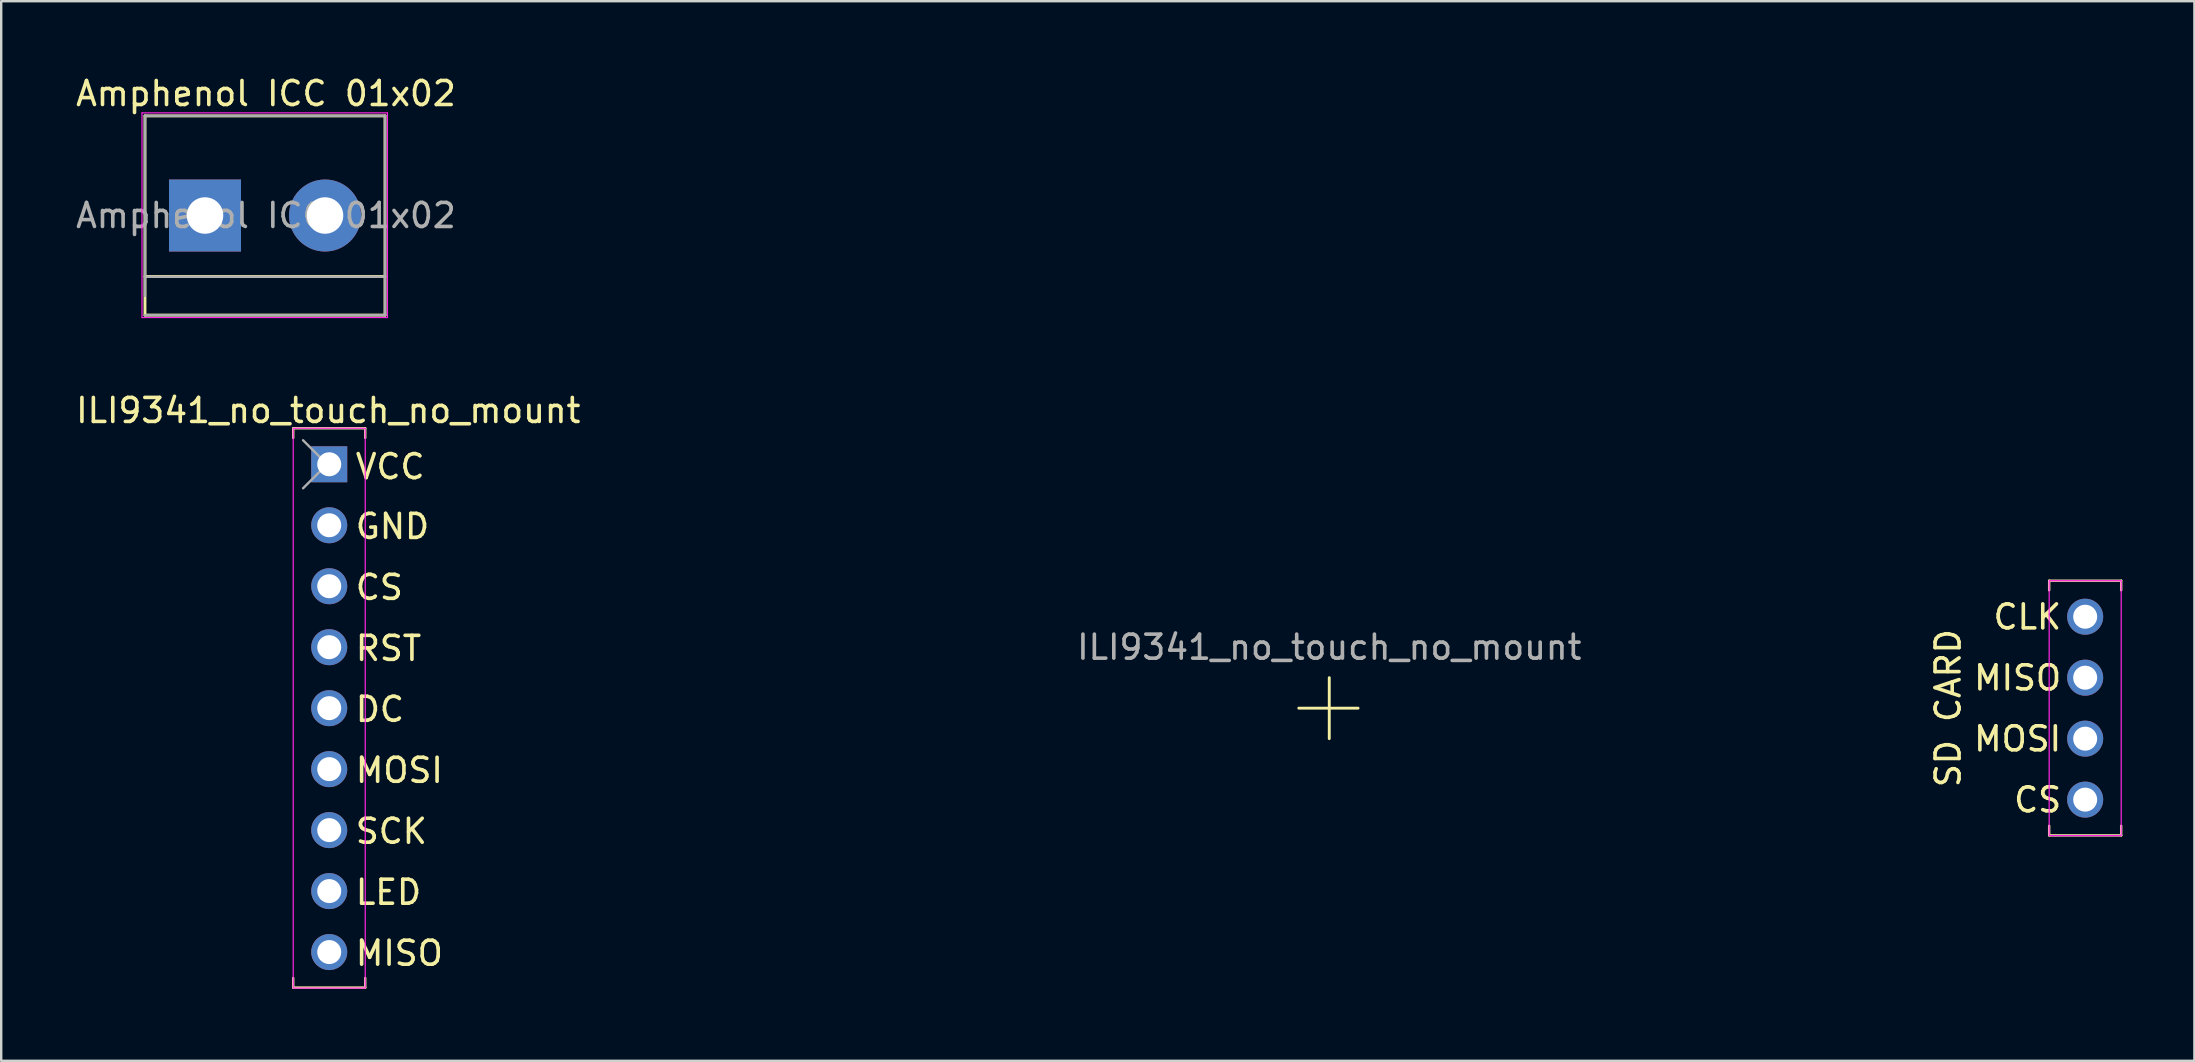
<source format=kicad_pcb>
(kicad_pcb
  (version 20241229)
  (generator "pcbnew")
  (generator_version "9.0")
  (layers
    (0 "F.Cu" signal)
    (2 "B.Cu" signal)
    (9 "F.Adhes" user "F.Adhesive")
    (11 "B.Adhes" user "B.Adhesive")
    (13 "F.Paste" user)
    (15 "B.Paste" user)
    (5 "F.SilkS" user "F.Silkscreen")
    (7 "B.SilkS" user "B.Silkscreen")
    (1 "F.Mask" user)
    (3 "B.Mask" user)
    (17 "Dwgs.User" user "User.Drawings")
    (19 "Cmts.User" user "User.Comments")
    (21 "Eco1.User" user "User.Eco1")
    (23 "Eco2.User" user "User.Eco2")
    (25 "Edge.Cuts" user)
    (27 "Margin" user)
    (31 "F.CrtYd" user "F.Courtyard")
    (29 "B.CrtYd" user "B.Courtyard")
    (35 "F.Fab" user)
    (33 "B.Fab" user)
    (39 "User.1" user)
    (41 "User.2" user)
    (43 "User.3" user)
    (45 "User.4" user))
  (footprint "Amphenol ICC 01x02"
    (layer "F.Cu")
    (at 5.49 5.928)
    (property "Reference" "Amphenol ICC 01x02" (at 2.54 -5.08 0) (layer "F.SilkS") (effects (font (size 1 1) (thickness 0.15))))
    (attr through_hole)
    (fp_line (start -2.5 -4.15) (end -2.5 4.15) (stroke (width 0.12) (type solid)) (layer "F.SilkS"))
    (fp_line (start -2.5 4.15) (end 7.5 4.15) (stroke (width 0.12) (type solid)) (layer "F.SilkS"))
    (fp_line (start 7.5 -4.15) (end -2.5 -4.15) (stroke (width 0.12) (type solid)) (layer "F.SilkS"))
    (fp_line (start 7.5 2.54) (end -2.5 2.54) (stroke (width 0.12) (type solid)) (layer "F.SilkS"))
    (fp_line (start 7.5 4.15) (end 7.5 -4.15) (stroke (width 0.12) (type solid)) (layer "F.SilkS"))
    (fp_line (start -2.625 -4.275) (end -2.625 4.25) (stroke (width 0.05) (type solid)) (layer "F.CrtYd"))
    (fp_line (start -2.625 -4.275) (end 7.6 -4.275) (stroke (width 0.05) (type solid)) (layer "F.CrtYd"))
    (fp_line (start 7.6 4.25) (end -2.625 4.25) (stroke (width 0.05) (type solid)) (layer "F.CrtYd"))
    (fp_line (start 7.6 4.25) (end 7.6 -4.275) (stroke (width 0.05) (type solid)) (layer "F.CrtYd"))
    (fp_line (start -2.5 -4.15) (end -2.5 3.35) (stroke (width 0.1) (type solid)) (layer "F.Fab"))
    (fp_line (start -2.5 4.15) (end 7.5 4.15) (stroke (width 0.1) (type solid)) (layer "F.Fab"))
    (fp_line (start -2.41 2.55) (end 7.49 2.55) (stroke (width 0.1) (type solid)) (layer "F.Fab"))
    (fp_line (start 7.5 -4.15) (end -2.5 -4.15) (stroke (width 0.1) (type solid)) (layer "F.Fab"))
    (fp_line (start 7.5 4.15) (end 7.5 -4.15) (stroke (width 0.1) (type solid)) (layer "F.Fab"))
    (fp_text user "${REFERENCE}" (at 2.54 0 0) (layer "F.Fab") (effects (font (size 1 1) (thickness 0.15))))
    (pad "1" thru_hole rect (at 0 0) (size 3 3) (drill 1.52) (layers "*.Cu" "*.Mask"))
    (pad "2" thru_hole circle (at 5 0) (size 3 3) (drill 1.52) (layers "*.Cu" "*.Mask")))
  (footprint "ILI9341_no_touch_no_mount"
    (layer "F.Cu")
    (at 52.325 26.451)
    (property "Reference" "ILI9341_no_touch_no_mount" (at -41.7 -12.4 0) (layer "F.SilkS") (effects (font (size 1 1) (thickness 0.15))))
    (attr through_hole)
    (fp_line (start -43.16 -11.66) (end -40.16 -11.66) (stroke (width 0.1) (type default)) (layer "F.SilkS"))
    (fp_line (start -43.16 -11.26) (end -43.16 -11.66) (stroke (width 0.1) (type default)) (layer "F.SilkS"))
    (fp_line (start -43.16 11.64) (end -43.16 11.24) (stroke (width 0.1) (type default)) (layer "F.SilkS"))
    (fp_line (start -43.16 11.64) (end -40.16 11.64) (stroke (width 0.1) (type default)) (layer "F.SilkS"))
    (fp_line (start -40.16 -11.26) (end -40.16 -11.66) (stroke (width 0.1) (type default)) (layer "F.SilkS"))
    (fp_line (start -40.16 11.64) (end -40.16 11.24) (stroke (width 0.1) (type default)) (layer "F.SilkS"))
    (fp_line (start 0 -1.27) (end 0 1.27) (stroke (width 0.12) (type solid)) (layer "F.SilkS"))
    (fp_line (start 1.2 0) (end -1.27 0) (stroke (width 0.12) (type solid)) (layer "F.SilkS"))
    (fp_line (start 29.99 -5.31) (end 32.99 -5.31) (stroke (width 0.1) (type default)) (layer "F.SilkS"))
    (fp_line (start 29.99 -4.91) (end 29.99 -5.31) (stroke (width 0.1) (type default)) (layer "F.SilkS"))
    (fp_line (start 29.99 4.9) (end 29.99 5.3) (stroke (width 0.1) (type default)) (layer "F.SilkS"))
    (fp_line (start 29.99 5.3) (end 32.99 5.3) (stroke (width 0.1) (type default)) (layer "F.SilkS"))
    (fp_line (start 32.99 -4.91) (end 32.99 -5.31) (stroke (width 0.1) (type default)) (layer "F.SilkS"))
    (fp_line (start 32.99 4.9) (end 32.99 5.3) (stroke (width 0.1) (type default)) (layer "F.SilkS"))
    (fp_rect (start -43.16 -11.66) (end -40.16 11.66) (stroke (width 0.05) (type default)) (fill no) (layer "F.CrtYd"))
    (fp_rect (start 29.99 -5.31) (end 32.99 5.31) (stroke (width 0.05) (type default)) (fill no) (layer "F.CrtYd"))
    (fp_line (start -42.75 -9.16) (end -41.75 -10.16) (stroke (width 0.1) (type solid)) (layer "F.Fab"))
    (fp_line (start -41.75 -10.16) (end -42.75 -11.16) (stroke (width 0.1) (type solid)) (layer "F.Fab"))
    (fp_text user "CS" (at 29.509 3.82 0) (unlocked yes) (layer "F.SilkS") (effects (font (size 1 1) (thickness 0.15))))
    (fp_text user "RST" (at -39.191 -2.49 0) (unlocked yes) (layer "F.SilkS") (effects (font (size 1 1) (thickness 0.15))))
    (fp_text user "LED" (at -39.191 7.67 0) (unlocked yes) (layer "F.SilkS") (effects (font (size 1 1) (thickness 0.15))))
    (fp_text user "DC" (at -39.549 0.05 0) (unlocked yes) (layer "F.SilkS") (effects (font (size 1 1) (thickness 0.15))))
    (fp_text user "CS" (at -39.572 -5.03 0) (unlocked yes) (layer "F.SilkS") (effects (font (size 1 1) (thickness 0.15))))
    (fp_text user "VCC" (at -39.12 -10.06 0) (unlocked yes) (layer "F.SilkS") (effects (font (size 1 1) (thickness 0.15))))
    (fp_text user "GND" (at -39.025 -7.57 0) (unlocked yes) (layer "F.SilkS") (effects (font (size 1 1) (thickness 0.15))))
    (fp_text user "MOSI" (at 28.675 1.28 0) (unlocked yes) (layer "F.SilkS") (effects (font (size 1 1) (thickness 0.15))))
    (fp_text user "MISO" (at -38.739 10.21 0) (unlocked yes) (layer "F.SilkS") (effects (font (size 1 1) (thickness 0.15))))
    (fp_text user "SCK" (at -39.072 5.13 0) (unlocked yes) (layer "F.SilkS") (effects (font (size 1 1) (thickness 0.15))))
    (fp_text user "SD CARD" (at 25.781 0 90) (unlocked yes) (layer "F.SilkS") (effects (font (size 1 1) (thickness 0.15))))
    (fp_text user "MISO" (at 28.675 -1.26 0) (unlocked yes) (layer "F.SilkS") (effects (font (size 1 1) (thickness 0.15))))
    (fp_text user "CLK" (at 29.08 -3.8 0) (unlocked yes) (layer "F.SilkS") (effects (font (size 1 1) (thickness 0.15))))
    (fp_text user "MOSI" (at -38.739 2.59 0) (unlocked yes) (layer "F.SilkS") (effects (font (size 1 1) (thickness 0.15))))
    (fp_text user "${REFERENCE}" (at 0 -2.54 0) (layer "F.Fab") (effects (font (size 1 1) (thickness 0.15))))
    (pad "1" thru_hole rect (at -41.66 -10.16) (size 1.5 1.5) (drill 1) (layers "*.Cu" "*.Mask"))
    (pad "2" thru_hole circle (at -41.66 -7.62) (size 1.5 1.5) (drill 1) (layers "*.Cu" "*.Mask"))
    (pad "3" thru_hole circle (at -41.66 -5.08) (size 1.5 1.5) (drill 1) (layers "*.Cu" "*.Mask"))
    (pad "4" thru_hole circle (at -41.66 -2.54) (size 1.5 1.5) (drill 1) (layers "*.Cu" "*.Mask"))
    (pad "5" thru_hole circle (at -41.66 0) (size 1.5 1.5) (drill 1) (layers "*.Cu" "*.Mask"))
    (pad "6" thru_hole circle (at -41.66 2.54) (size 1.5 1.5) (drill 1) (layers "*.Cu" "*.Mask"))
    (pad "7" thru_hole circle (at -41.66 5.08) (size 1.5 1.5) (drill 1) (layers "*.Cu" "*.Mask"))
    (pad "8" thru_hole circle (at -41.66 7.62) (size 1.5 1.5) (drill 1) (layers "*.Cu" "*.Mask"))
    (pad "9" thru_hole circle (at -41.66 10.16) (size 1.5 1.5) (drill 1) (layers "*.Cu" "*.Mask"))
    (pad "10" thru_hole circle (at 31.49 3.81) (size 1.5 1.5) (drill 1) (layers "*.Cu" "*.Mask"))
    (pad "11" thru_hole circle (at 31.49 1.27) (size 1.5 1.5) (drill 1) (layers "*.Cu" "*.Mask"))
    (pad "12" thru_hole circle (at 31.49 -1.27) (size 1.5 1.5) (drill 1) (layers "*.Cu" "*.Mask"))
    (pad "13" thru_hole circle (at 31.49 -3.81) (size 1.5 1.5) (drill 1) (layers "*.Cu" "*.Mask")))
  (gr_rect
    (start -3 -3)
    (end 88.365 41.142)
    (stroke (width 0.1) (type default))
    (fill no)
    (layer "Edge.Cuts")))
</source>
